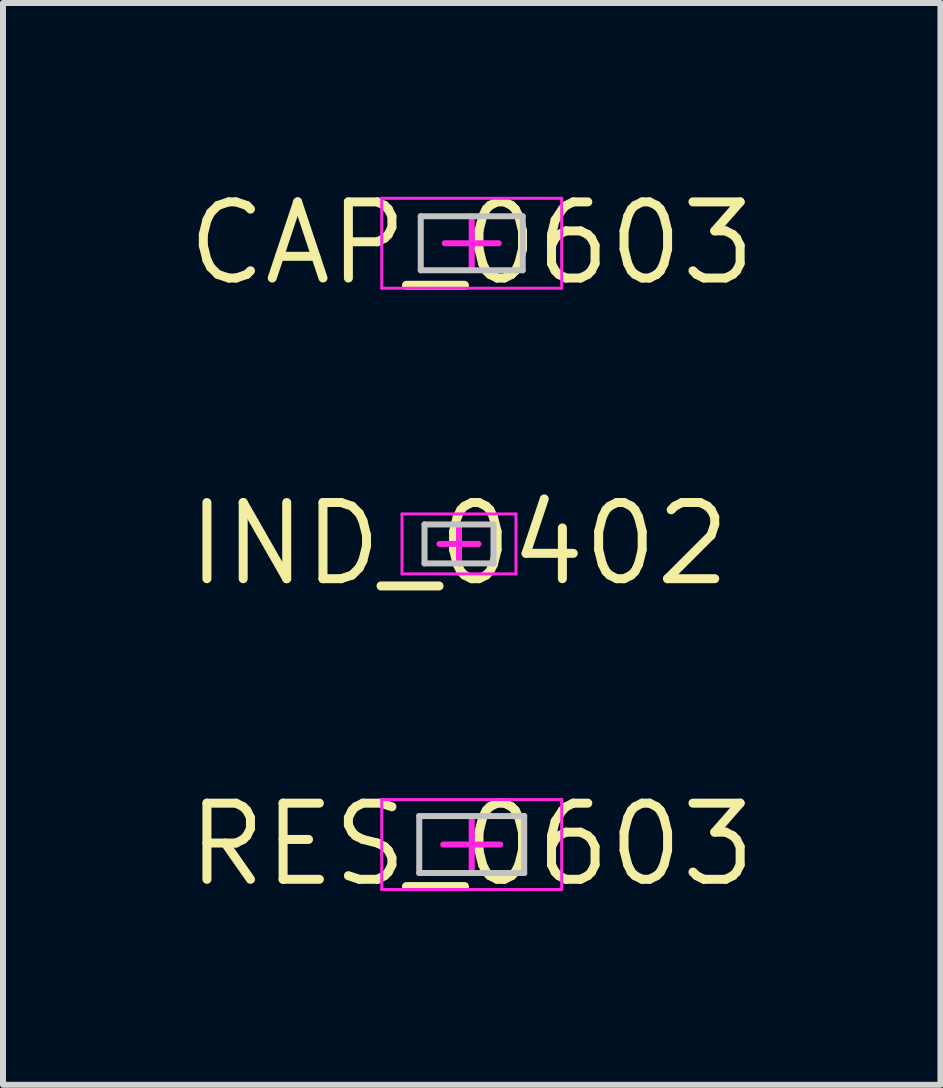
<source format=kicad_pcb>
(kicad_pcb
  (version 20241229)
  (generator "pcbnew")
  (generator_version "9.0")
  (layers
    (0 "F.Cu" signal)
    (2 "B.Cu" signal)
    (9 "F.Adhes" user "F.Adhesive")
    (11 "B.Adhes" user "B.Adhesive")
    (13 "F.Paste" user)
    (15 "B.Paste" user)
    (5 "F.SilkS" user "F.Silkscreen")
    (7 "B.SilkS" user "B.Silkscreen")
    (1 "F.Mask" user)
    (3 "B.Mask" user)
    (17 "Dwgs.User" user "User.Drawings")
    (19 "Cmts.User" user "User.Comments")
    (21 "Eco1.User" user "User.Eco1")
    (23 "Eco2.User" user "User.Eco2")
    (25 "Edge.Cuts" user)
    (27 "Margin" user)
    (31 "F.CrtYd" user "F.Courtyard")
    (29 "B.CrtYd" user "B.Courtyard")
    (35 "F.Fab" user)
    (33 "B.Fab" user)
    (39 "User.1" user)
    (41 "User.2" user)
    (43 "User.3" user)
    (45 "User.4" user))
  (footprint "RES_0603"
    (layer "F.Cu")
    (at 4.815 11.031)
    (property "Reference" "RES_0603" (at 0 0 0) (layer "F.SilkS") (effects (font (size 1.27 1.27) (thickness 0.15))))
    (attr through_hole)
    (fp_line (start -0.875 -0.475) (end 0.875 -0.475) (stroke (width 0.1) (type solid)) (layer "Dwgs.User"))
    (fp_line (start -0.875 0.475) (end -0.875 -0.475) (stroke (width 0.1) (type solid)) (layer "Dwgs.User"))
    (fp_line (start -0.875 0.475) (end 0.875 0.475) (stroke (width 0.1) (type solid)) (layer "Dwgs.User"))
    (fp_line (start 0.875 0.475) (end 0.875 -0.475) (stroke (width 0.1) (type solid)) (layer "Dwgs.User"))
    (fp_line (start -1.5 -0.75) (end 1.5 -0.75) (stroke (width 0.05) (type solid)) (layer "F.CrtYd"))
    (fp_line (start -1.5 0.75) (end -1.5 -0.75) (stroke (width 0.05) (type solid)) (layer "F.CrtYd"))
    (fp_line (start -1.5 0.75) (end 1.5 0.75) (stroke (width 0.05) (type solid)) (layer "F.CrtYd"))
    (fp_line (start -0.475 0) (end 0.475 0) (stroke (width 0.1) (type solid)) (layer "F.CrtYd"))
    (fp_line (start 0 0.475) (end 0 -0.475) (stroke (width 0.1) (type solid)) (layer "F.CrtYd"))
    (fp_line (start 1.5 0.75) (end 1.5 -0.75) (stroke (width 0.05) (type solid)) (layer "F.CrtYd")))
  (footprint "IND_0402"
    (layer "F.Cu")
    (at 4.603 6.019)
    (property "Reference" "IND_0402" (at 0 0 0) (layer "F.SilkS") (effects (font (size 1.27 1.27) (thickness 0.15))))
    (attr through_hole)
    (fp_line (start -0.575 -0.325) (end 0.575 -0.325) (stroke (width 0.1) (type solid)) (layer "Dwgs.User"))
    (fp_line (start -0.575 0.325) (end -0.575 -0.325) (stroke (width 0.1) (type solid)) (layer "Dwgs.User"))
    (fp_line (start -0.575 0.325) (end 0.575 0.325) (stroke (width 0.1) (type solid)) (layer "Dwgs.User"))
    (fp_line (start 0.575 0.325) (end 0.575 -0.325) (stroke (width 0.1) (type solid)) (layer "Dwgs.User"))
    (fp_line (start -0.95 -0.5) (end 0.95 -0.5) (stroke (width 0.05) (type solid)) (layer "F.CrtYd"))
    (fp_line (start -0.95 0.5) (end -0.95 -0.5) (stroke (width 0.05) (type solid)) (layer "F.CrtYd"))
    (fp_line (start -0.95 0.5) (end 0.95 0.5) (stroke (width 0.05) (type solid)) (layer "F.CrtYd"))
    (fp_line (start -0.325 0) (end 0.325 0) (stroke (width 0.1) (type solid)) (layer "F.CrtYd"))
    (fp_line (start 0 0.325) (end 0 -0.325) (stroke (width 0.1) (type solid)) (layer "F.CrtYd"))
    (fp_line (start 0.95 0.5) (end 0.95 -0.5) (stroke (width 0.05) (type solid)) (layer "F.CrtYd")))
  (footprint "CAP_0603"
    (layer "F.Cu")
    (at 4.815 1.006)
    (property "Reference" "CAP_0603" (at 0 0 0) (layer "F.SilkS") (effects (font (size 1.27 1.27) (thickness 0.15))))
    (attr through_hole)
    (fp_line (start -0.85 -0.45) (end 0.85 -0.45) (stroke (width 0.1) (type solid)) (layer "Dwgs.User"))
    (fp_line (start -0.85 0.45) (end -0.85 -0.45) (stroke (width 0.1) (type solid)) (layer "Dwgs.User"))
    (fp_line (start -0.85 0.45) (end 0.85 0.45) (stroke (width 0.1) (type solid)) (layer "Dwgs.User"))
    (fp_line (start 0.85 0.45) (end 0.85 -0.45) (stroke (width 0.1) (type solid)) (layer "Dwgs.User"))
    (fp_line (start -1.5 -0.75) (end 1.5 -0.75) (stroke (width 0.05) (type solid)) (layer "F.CrtYd"))
    (fp_line (start -1.5 0.75) (end -1.5 -0.75) (stroke (width 0.05) (type solid)) (layer "F.CrtYd"))
    (fp_line (start -1.5 0.75) (end 1.5 0.75) (stroke (width 0.05) (type solid)) (layer "F.CrtYd"))
    (fp_line (start -0.45 0) (end 0.45 0) (stroke (width 0.1) (type solid)) (layer "F.CrtYd"))
    (fp_line (start 0 0.45) (end 0 -0.45) (stroke (width 0.1) (type solid)) (layer "F.CrtYd"))
    (fp_line (start 1.5 0.75) (end 1.5 -0.75) (stroke (width 0.05) (type solid)) (layer "F.CrtYd")))
  (gr_rect
    (start -3 -3)
    (end 12.63 15.037)
    (stroke (width 0.1) (type default))
    (fill no)
    (layer "Edge.Cuts")))
</source>
